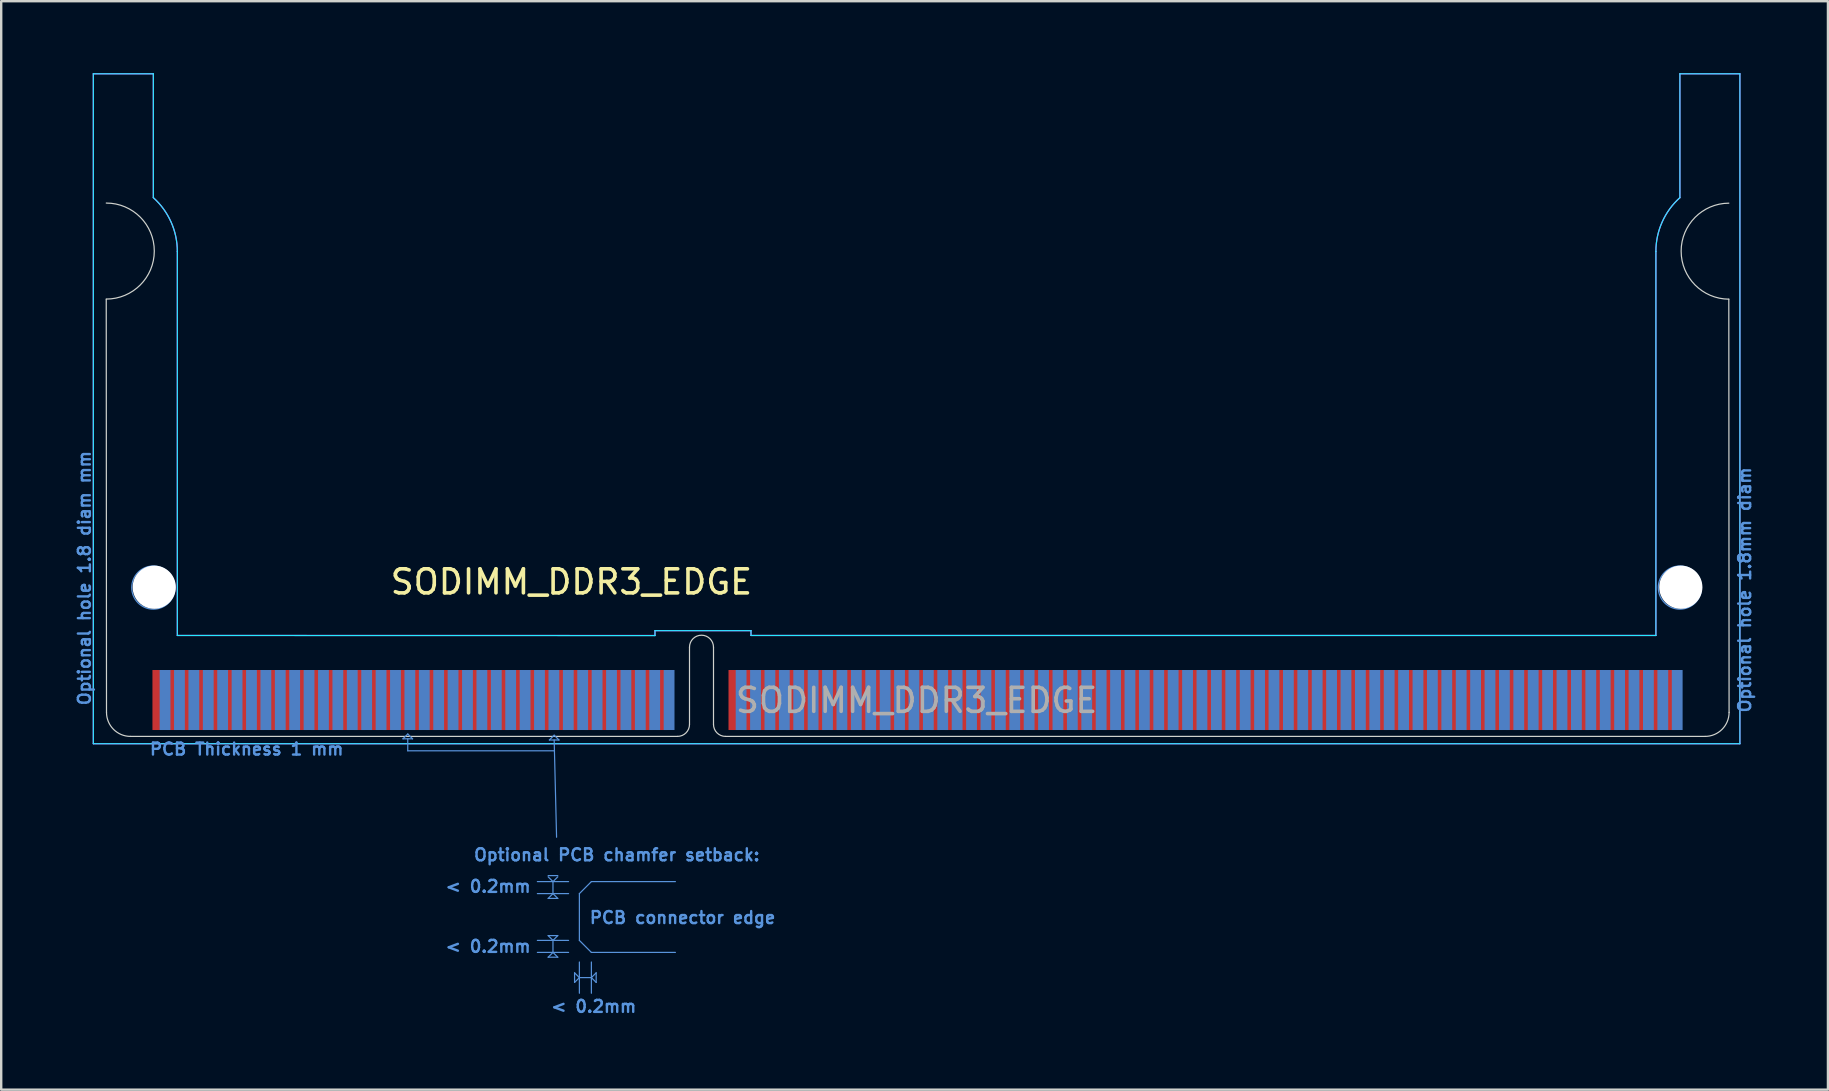
<source format=kicad_pcb>
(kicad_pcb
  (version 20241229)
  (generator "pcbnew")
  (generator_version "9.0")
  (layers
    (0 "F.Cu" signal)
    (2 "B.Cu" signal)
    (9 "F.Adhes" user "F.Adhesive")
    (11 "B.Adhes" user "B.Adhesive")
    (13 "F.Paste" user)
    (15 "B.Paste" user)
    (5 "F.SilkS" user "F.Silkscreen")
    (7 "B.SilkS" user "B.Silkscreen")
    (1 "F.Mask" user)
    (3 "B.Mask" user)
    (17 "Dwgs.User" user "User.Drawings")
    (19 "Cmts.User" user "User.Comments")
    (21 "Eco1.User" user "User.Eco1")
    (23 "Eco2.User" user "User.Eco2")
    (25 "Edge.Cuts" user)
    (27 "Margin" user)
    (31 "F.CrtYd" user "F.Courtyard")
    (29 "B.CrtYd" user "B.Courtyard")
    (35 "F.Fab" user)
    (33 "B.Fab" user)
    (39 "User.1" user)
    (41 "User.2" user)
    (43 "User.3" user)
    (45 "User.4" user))
  (footprint "SODIMM_DDR3_EDGE"
    (layer "F.Cu")
    (at 3.488 27.43)
    (property "Reference" "SODIMM_DDR3_EDGE" (at 17.268 -6.236 0) (layer "F.SilkS") (effects (font (size 1 1) (thickness 0.15))))
    (attr through_hole)
    (fp_line (start 10.25 0.3) (end 10.45 0.1) (stroke (width 0.05) (type default)) (layer "Cmts.User"))
    (fp_line (start 10.45 0.1) (end 10.65 0.3) (stroke (width 0.05) (type default)) (layer "Cmts.User"))
    (fp_line (start 10.45 0.3) (end 10.45 0.8) (stroke (width 0.05) (type default)) (layer "Cmts.User"))
    (fp_line (start 10.45 0.8) (end 16.55 0.8) (stroke (width 0.05) (type default)) (layer "Cmts.User"))
    (fp_line (start 10.65 0.3) (end 10.25 0.3) (stroke (width 0.05) (type default)) (layer "Cmts.User"))
    (fp_line (start 15.85 6.25) (end 17.15 6.25) (stroke (width 0.05) (type default)) (layer "Cmts.User"))
    (fp_line (start 15.85 6.75) (end 17.15 6.75) (stroke (width 0.05) (type default)) (layer "Cmts.User"))
    (fp_line (start 15.85 8.7) (end 17.15 8.7) (stroke (width 0.05) (type default)) (layer "Cmts.User"))
    (fp_line (start 15.85 9.2) (end 17.15 9.2) (stroke (width 0.05) (type default)) (layer "Cmts.User"))
    (fp_line (start 16.3 6) (end 16.7 6) (stroke (width 0.05) (type default)) (layer "Cmts.User"))
    (fp_line (start 16.3 6.95) (end 16.5 6.75) (stroke (width 0.05) (type default)) (layer "Cmts.User"))
    (fp_line (start 16.3 8.5) (end 16.7 8.5) (stroke (width 0.05) (type default)) (layer "Cmts.User"))
    (fp_line (start 16.3 9.4) (end 16.5 9.2) (stroke (width 0.05) (type default)) (layer "Cmts.User"))
    (fp_line (start 16.35 0.35) (end 16.55 0.15) (stroke (width 0.05) (type default)) (layer "Cmts.User"))
    (fp_line (start 16.5 6.25) (end 16.3 6.05) (stroke (width 0.05) (type default)) (layer "Cmts.User"))
    (fp_line (start 16.5 6.75) (end 16.5 6.25) (stroke (width 0.05) (type default)) (layer "Cmts.User"))
    (fp_line (start 16.5 6.75) (end 16.7 6.95) (stroke (width 0.05) (type default)) (layer "Cmts.User"))
    (fp_line (start 16.5 8.7) (end 16.3 8.5) (stroke (width 0.05) (type default)) (layer "Cmts.User"))
    (fp_line (start 16.5 9.2) (end 16.5 8.7) (stroke (width 0.05) (type default)) (layer "Cmts.User"))
    (fp_line (start 16.5 9.2) (end 16.7 9.4) (stroke (width 0.05) (type default)) (layer "Cmts.User"))
    (fp_line (start 16.55 0.15) (end 16.75 0.35) (stroke (width 0.05) (type default)) (layer "Cmts.User"))
    (fp_line (start 16.55 0.35) (end 16.65 4.4) (stroke (width 0.05) (type default)) (layer "Cmts.User"))
    (fp_line (start 16.7 6.05) (end 16.5 6.25) (stroke (width 0.05) (type default)) (layer "Cmts.User"))
    (fp_line (start 16.7 6.95) (end 16.3 6.95) (stroke (width 0.05) (type default)) (layer "Cmts.User"))
    (fp_line (start 16.7 8.5) (end 16.5 8.7) (stroke (width 0.05) (type default)) (layer "Cmts.User"))
    (fp_line (start 16.7 9.4) (end 16.3 9.4) (stroke (width 0.05) (type default)) (layer "Cmts.User"))
    (fp_line (start 16.75 0.35) (end 16.35 0.35) (stroke (width 0.05) (type default)) (layer "Cmts.User"))
    (fp_line (start 17.4 10.05) (end 17.6 10.25) (stroke (width 0.05) (type default)) (layer "Cmts.User"))
    (fp_line (start 17.4 10.45) (end 17.4 10.05) (stroke (width 0.05) (type default)) (layer "Cmts.User"))
    (fp_line (start 17.6 6.75) (end 17.6 8.7) (stroke (width 0.05) (type default)) (layer "Cmts.User"))
    (fp_line (start 17.6 9.6) (end 17.6 10.9) (stroke (width 0.05) (type default)) (layer "Cmts.User"))
    (fp_line (start 17.6 10.25) (end 17.4 10.45) (stroke (width 0.05) (type default)) (layer "Cmts.User"))
    (fp_line (start 17.6 10.25) (end 18.1 10.25) (stroke (width 0.05) (type default)) (layer "Cmts.User"))
    (fp_line (start 18.1 6.25) (end 17.6 6.75) (stroke (width 0.05) (type default)) (layer "Cmts.User"))
    (fp_line (start 18.1 6.25) (end 21.6 6.25) (stroke (width 0.05) (type default)) (layer "Cmts.User"))
    (fp_line (start 18.1 9.2) (end 17.6 8.7) (stroke (width 0.05) (type default)) (layer "Cmts.User"))
    (fp_line (start 18.1 9.2) (end 21.6 9.2) (stroke (width 0.05) (type default)) (layer "Cmts.User"))
    (fp_line (start 18.1 9.6) (end 18.1 10.9) (stroke (width 0.05) (type default)) (layer "Cmts.User"))
    (fp_line (start 18.1 10.25) (end 18.3 10.05) (stroke (width 0.05) (type default)) (layer "Cmts.User"))
    (fp_line (start 18.3 10.05) (end 18.3 10.45) (stroke (width 0.05) (type default)) (layer "Cmts.User"))
    (fp_line (start 18.3 10.45) (end 18.1 10.25) (stroke (width 0.05) (type default)) (layer "Cmts.User"))
    (fp_circle (center -0.15 -6) (end 0.75 -6) (stroke (width 0.05) (type default)) (fill no) (layer "Cmts.User"))
    (fp_circle (center 63.45 -6) (end 64.35 -6) (stroke (width 0.05) (type default)) (fill no) (layer "Cmts.User"))
    (fp_line (start -2.112 -18.016) (end -2.101 -0.799) (stroke (width 0.05) (type solid)) (layer "Edge.Cuts"))
    (fp_line (start -1.101 0.2) (end 21.688 0.2) (stroke (width 0.05) (type solid)) (layer "Edge.Cuts"))
    (fp_line (start 22.188 -3.516) (end 22.188 -0.3) (stroke (width 0.05) (type solid)) (layer "Edge.Cuts"))
    (fp_line (start 23.188 -3.516) (end 23.188 -0.3) (stroke (width 0.05) (type solid)) (layer "Edge.Cuts"))
    (fp_line (start 23.688 0.2) (end 64.499 0.2) (stroke (width 0.05) (type solid)) (layer "Edge.Cuts"))
    (fp_line (start 65.488 -18.016) (end 65.499 -0.801) (stroke (width 0.05) (type solid)) (layer "Edge.Cuts"))
    (fp_arc (start -2.11 -22.02) (mid -0.11 -20.02) (end -2.11 -18.02) (stroke (width 0.05) (type solid)) (layer "Edge.Cuts"))
    (fp_arc (start -1.100672 0.2) (mid -1.807541 -0.092656) (end -2.100671 -0.799328) (stroke (width 0.05) (type default)) (layer "Edge.Cuts"))
    (fp_arc (start 22.18776 -3.515855) (mid 22.68776 -4.015855) (end 23.18776 -3.515855) (stroke (width 0.05) (type solid)) (layer "Edge.Cuts"))
    (fp_arc (start 22.18776 -0.3) (mid 22.041311 0.053539) (end 21.68776 0.2) (stroke (width 0.05) (type default)) (layer "Edge.Cuts"))
    (fp_arc (start 23.68776 0.2) (mid 23.334232 0.053539) (end 23.18776 -0.3) (stroke (width 0.05) (type default)) (layer "Edge.Cuts"))
    (fp_arc (start 65.48776 -18.015855) (mid 63.487765 -20.01585) (end 65.48776 -22.015845) (stroke (width 0.05) (type solid)) (layer "Edge.Cuts"))
    (fp_arc (start 65.499328 -0.800672) (mid 65.206674 -0.093121) (end 64.499328 0.2) (stroke (width 0.05) (type default)) (layer "Edge.Cuts"))
    (fp_line (start -2.65 -27.405) (end -2.65 0.505) (stroke (width 0.05) (type default)) (layer "B.CrtYd"))
    (fp_line (start -2.65 -27.405) (end -0.15 -27.405) (stroke (width 0.05) (type default)) (layer "B.CrtYd"))
    (fp_line (start -0.15 -22.245) (end -0.15 -27.405) (stroke (width 0.05) (type default)) (layer "B.CrtYd"))
    (fp_line (start 0.85 -20.005) (end 0.85 -4.005) (stroke (width 0.05) (type default)) (layer "B.CrtYd"))
    (fp_line (start 0.85 -4.005) (end 20.75 -4) (stroke (width 0.05) (type default)) (layer "B.CrtYd"))
    (fp_line (start 20.75 -4.205) (end 24.75 -4.205) (stroke (width 0.05) (type default)) (layer "B.CrtYd"))
    (fp_line (start 20.75 -4) (end 20.75 -4.2) (stroke (width 0.05) (type default)) (layer "B.CrtYd"))
    (fp_line (start 24.75 -4.205) (end 24.75 -4.005) (stroke (width 0.05) (type default)) (layer "B.CrtYd"))
    (fp_line (start 24.75 -4.005) (end 62.45 -4.005) (stroke (width 0.05) (type default)) (layer "B.CrtYd"))
    (fp_line (start 62.45 -20.005) (end 62.45 -4.005) (stroke (width 0.05) (type default)) (layer "B.CrtYd"))
    (fp_line (start 63.45 -22.245) (end 63.45 -27.405) (stroke (width 0.05) (type default)) (layer "B.CrtYd"))
    (fp_line (start 65.95 -27.405) (end 63.45 -27.405) (stroke (width 0.05) (type default)) (layer "B.CrtYd"))
    (fp_line (start 65.95 -27.405) (end 65.95 0.505) (stroke (width 0.05) (type default)) (layer "B.CrtYd"))
    (fp_line (start 65.95 0.505) (end -2.65 0.505) (stroke (width 0.05) (type default)) (layer "B.CrtYd"))
    (fp_arc (start -0.15 -22.245) (mid 0.588474 -21.231462) (end 0.85 -20.005) (stroke (width 0.05) (type default)) (layer "B.CrtYd"))
    (fp_arc (start 62.45 -20.005) (mid 62.711527 -21.231461) (end 63.45 -22.245) (stroke (width 0.05) (type default)) (layer "B.CrtYd"))
    (fp_line (start -2.65 -27.405) (end -2.65 0.505) (stroke (width 0.05) (type default)) (layer "F.CrtYd"))
    (fp_line (start -2.65 -27.405) (end -0.15 -27.405) (stroke (width 0.05) (type default)) (layer "F.CrtYd"))
    (fp_line (start -0.15 -22.245) (end -0.15 -27.405) (stroke (width 0.05) (type default)) (layer "F.CrtYd"))
    (fp_line (start 0.85 -4.005) (end 0.85 -20.005) (stroke (width 0.05) (type default)) (layer "F.CrtYd"))
    (fp_line (start 0.85 -4.005) (end 20.75 -4.005) (stroke (width 0.05) (type default)) (layer "F.CrtYd"))
    (fp_line (start 20.75 -4.205) (end 24.75 -4.205) (stroke (width 0.05) (type default)) (layer "F.CrtYd"))
    (fp_line (start 20.75 -4.005) (end 20.75 -4.205) (stroke (width 0.05) (type default)) (layer "F.CrtYd"))
    (fp_line (start 24.75 -4.205) (end 24.75 -4.005) (stroke (width 0.05) (type default)) (layer "F.CrtYd"))
    (fp_line (start 24.75 -4.005) (end 62.45 -4.005) (stroke (width 0.05) (type default)) (layer "F.CrtYd"))
    (fp_line (start 62.45 -4.005) (end 62.45 -20.005) (stroke (width 0.05) (type default)) (layer "F.CrtYd"))
    (fp_line (start 63.45 -22.245) (end 63.45 -27.405) (stroke (width 0.05) (type default)) (layer "F.CrtYd"))
    (fp_line (start 65.95 -27.405) (end 63.45 -27.405) (stroke (width 0.05) (type default)) (layer "F.CrtYd"))
    (fp_line (start 65.95 -27.405) (end 65.95 0.505) (stroke (width 0.05) (type default)) (layer "F.CrtYd"))
    (fp_line (start 65.95 0.505) (end -2.65 0.505) (stroke (width 0.05) (type default)) (layer "F.CrtYd"))
    (fp_arc (start -0.15 -22.245) (mid 0.588474 -21.231462) (end 0.85 -20.005) (stroke (width 0.05) (type default)) (layer "F.CrtYd"))
    (fp_arc (start 62.45 -20.005) (mid 62.711527 -21.231461) (end 63.45 -22.245) (stroke (width 0.05) (type default)) (layer "F.CrtYd"))
    (fp_text user "Optional hole 1.8mm diam" (at 66.15 -5.905 90) (unlocked yes) (layer "Cmts.User") (effects (font (size 0.5 0.5) (thickness 0.1))))
    (fp_text user "< 0.2mm" (at 18.2 11.45 180) (layer "Cmts.User") (effects (font (size 0.5 0.5) (thickness 0.1))))
    (fp_text user "PCB connector edge" (at 21.9 7.75 180) (layer "Cmts.User") (effects (font (size 0.5 0.5) (thickness 0.1))))
    (fp_text user "Optional hole 1.8 diam mm" (at -3.02 -6.395 90) (unlocked yes) (layer "Cmts.User") (effects (font (size 0.5 0.5) (thickness 0.1))))
    (fp_text user "< 0.2mm" (at 13.8 6.45 180) (layer "Cmts.User") (effects (font (size 0.5 0.5) (thickness 0.1))))
    (fp_text user "Optional PCB chamfer setback:" (at 19.16 5.135 180) (layer "Cmts.User") (effects (font (size 0.5 0.5) (thickness 0.1))))
    (fp_text user "PCB Thickness 1 mm" (at 3.74 0.73 180) (layer "Cmts.User") (effects (font (size 0.5 0.5) (thickness 0.1))))
    (fp_text user "< 0.2mm" (at 13.8 8.95 180) (layer "Cmts.User") (effects (font (size 0.5 0.5) (thickness 0.1))))
    (fp_text user "${REFERENCE}" (at 31.65 -1.3 0) (layer "F.Fab") (effects (font (size 1 1) (thickness 0.15))))
    (pad "" np_thru_hole circle (at -0.112 -6.016) (size 1.8 1.8) (drill 1.8) (layers "*.Cu" "*.Mask"))
    (pad "" np_thru_hole circle (at 63.488 -6.016) (size 1.8 1.8) (drill 1.8) (layers "*.Cu" "*.Mask"))
    (pad "1" smd rect (at 0.038 -1.316) (size 0.45 2.5) (layers "F.Cu" "F.Mask"))
    (pad "2" smd rect (at 0.338 -1.316) (size 0.45 2.5) (layers "B.Cu" "B.Mask"))
    (pad "3" smd rect (at 0.638 -1.316) (size 0.45 2.5) (layers "F.Cu" "F.Mask"))
    (pad "4" smd rect (at 0.938 -1.316) (size 0.45 2.5) (layers "B.Cu" "B.Mask"))
    (pad "5" smd rect (at 1.238 -1.316) (size 0.45 2.5) (layers "F.Cu" "F.Mask"))
    (pad "6" smd rect (at 1.538 -1.316) (size 0.45 2.5) (layers "B.Cu" "B.Mask"))
    (pad "7" smd rect (at 1.838 -1.316) (size 0.45 2.5) (layers "F.Cu" "F.Mask"))
    (pad "8" smd rect (at 2.138 -1.316) (size 0.45 2.5) (layers "B.Cu" "B.Mask"))
    (pad "9" smd rect (at 2.438 -1.316) (size 0.45 2.5) (layers "F.Cu" "F.Mask"))
    (pad "10" smd rect (at 2.738 -1.316) (size 0.45 2.5) (layers "B.Cu" "B.Mask"))
    (pad "11" smd rect (at 3.038 -1.316) (size 0.45 2.5) (layers "F.Cu" "F.Mask"))
    (pad "12" smd rect (at 3.338 -1.316) (size 0.45 2.5) (layers "B.Cu" "B.Mask"))
    (pad "13" smd rect (at 3.638 -1.316) (size 0.45 2.5) (layers "F.Cu" "F.Mask"))
    (pad "14" smd rect (at 3.938 -1.316) (size 0.45 2.5) (layers "B.Cu" "B.Mask"))
    (pad "15" smd rect (at 4.238 -1.316) (size 0.45 2.5) (layers "F.Cu" "F.Mask"))
    (pad "16" smd rect (at 4.538 -1.316) (size 0.45 2.5) (layers "B.Cu" "B.Mask"))
    (pad "17" smd rect (at 4.838 -1.316) (size 0.45 2.5) (layers "F.Cu" "F.Mask"))
    (pad "18" smd rect (at 5.138 -1.316) (size 0.45 2.5) (layers "B.Cu" "B.Mask"))
    (pad "19" smd rect (at 5.438 -1.316) (size 0.45 2.5) (layers "F.Cu" "F.Mask"))
    (pad "20" smd rect (at 5.738 -1.316) (size 0.45 2.5) (layers "B.Cu" "B.Mask"))
    (pad "21" smd rect (at 6.038 -1.316) (size 0.45 2.5) (layers "F.Cu" "F.Mask"))
    (pad "22" smd rect (at 6.338 -1.316) (size 0.45 2.5) (layers "B.Cu" "B.Mask"))
    (pad "23" smd rect (at 6.638 -1.316) (size 0.45 2.5) (layers "F.Cu" "F.Mask"))
    (pad "24" smd rect (at 6.938 -1.316) (size 0.45 2.5) (layers "B.Cu" "B.Mask"))
    (pad "25" smd rect (at 7.238 -1.316) (size 0.45 2.5) (layers "F.Cu" "F.Mask"))
    (pad "26" smd rect (at 7.538 -1.316) (size 0.45 2.5) (layers "B.Cu" "B.Mask"))
    (pad "27" smd rect (at 7.838 -1.316) (size 0.45 2.5) (layers "F.Cu" "F.Mask"))
    (pad "28" smd rect (at 8.138 -1.316) (size 0.45 2.5) (layers "B.Cu" "B.Mask"))
    (pad "29" smd rect (at 8.438 -1.316) (size 0.45 2.5) (layers "F.Cu" "F.Mask"))
    (pad "30" smd rect (at 8.738 -1.316) (size 0.45 2.5) (layers "B.Cu" "B.Mask"))
    (pad "31" smd rect (at 9.038 -1.316) (size 0.45 2.5) (layers "F.Cu" "F.Mask"))
    (pad "32" smd rect (at 9.338 -1.316) (size 0.45 2.5) (layers "B.Cu" "B.Mask"))
    (pad "33" smd rect (at 9.638 -1.316) (size 0.45 2.5) (layers "F.Cu" "F.Mask"))
    (pad "34" smd rect (at 9.938 -1.316) (size 0.45 2.5) (layers "B.Cu" "B.Mask"))
    (pad "35" smd rect (at 10.238 -1.316) (size 0.45 2.5) (layers "F.Cu" "F.Mask"))
    (pad "36" smd rect (at 10.538 -1.316) (size 0.45 2.5) (layers "B.Cu" "B.Mask"))
    (pad "37" smd rect (at 10.838 -1.316) (size 0.45 2.5) (layers "F.Cu" "F.Mask"))
    (pad "38" smd rect (at 11.138 -1.316) (size 0.45 2.5) (layers "B.Cu" "B.Mask"))
    (pad "39" smd rect (at 11.438 -1.316) (size 0.45 2.5) (layers "F.Cu" "F.Mask"))
    (pad "40" smd rect (at 11.738 -1.316) (size 0.45 2.5) (layers "B.Cu" "B.Mask"))
    (pad "41" smd rect (at 12.038 -1.316) (size 0.45 2.5) (layers "F.Cu" "F.Mask"))
    (pad "42" smd rect (at 12.338 -1.316) (size 0.45 2.5) (layers "B.Cu" "B.Mask"))
    (pad "43" smd rect (at 12.638 -1.316) (size 0.45 2.5) (layers "F.Cu" "F.Mask"))
    (pad "44" smd rect (at 12.938 -1.316) (size 0.45 2.5) (layers "B.Cu" "B.Mask"))
    (pad "45" smd rect (at 13.238 -1.316) (size 0.45 2.5) (layers "F.Cu" "F.Mask"))
    (pad "46" smd rect (at 13.538 -1.316) (size 0.45 2.5) (layers "B.Cu" "B.Mask"))
    (pad "47" smd rect (at 13.838 -1.316) (size 0.45 2.5) (layers "F.Cu" "F.Mask"))
    (pad "48" smd rect (at 14.138 -1.316) (size 0.45 2.5) (layers "B.Cu" "B.Mask"))
    (pad "49" smd rect (at 14.438 -1.316) (size 0.45 2.5) (layers "F.Cu" "F.Mask"))
    (pad "50" smd rect (at 14.738 -1.316) (size 0.45 2.5) (layers "B.Cu" "B.Mask"))
    (pad "51" smd rect (at 15.038 -1.316) (size 0.45 2.5) (layers "F.Cu" "F.Mask"))
    (pad "52" smd rect (at 15.338 -1.316) (size 0.45 2.5) (layers "B.Cu" "B.Mask"))
    (pad "53" smd rect (at 15.638 -1.316) (size 0.45 2.5) (layers "F.Cu" "F.Mask"))
    (pad "54" smd rect (at 15.938 -1.316) (size 0.45 2.5) (layers "B.Cu" "B.Mask"))
    (pad "55" smd rect (at 16.238 -1.316) (size 0.45 2.5) (layers "F.Cu" "F.Mask"))
    (pad "56" smd rect (at 16.538 -1.316) (size 0.45 2.5) (layers "B.Cu" "B.Mask"))
    (pad "57" smd rect (at 16.838 -1.316) (size 0.45 2.5) (layers "F.Cu" "F.Mask"))
    (pad "58" smd rect (at 17.138 -1.316) (size 0.45 2.5) (layers "B.Cu" "B.Mask"))
    (pad "59" smd rect (at 17.438 -1.316) (size 0.45 2.5) (layers "F.Cu" "F.Mask"))
    (pad "60" smd rect (at 17.738 -1.316) (size 0.45 2.5) (layers "B.Cu" "B.Mask"))
    (pad "61" smd rect (at 18.038 -1.316) (size 0.45 2.5) (layers "F.Cu" "F.Mask"))
    (pad "62" smd rect (at 18.338 -1.316) (size 0.45 2.5) (layers "B.Cu" "B.Mask"))
    (pad "63" smd rect (at 18.638 -1.316) (size 0.45 2.5) (layers "F.Cu" "F.Mask"))
    (pad "64" smd rect (at 18.938 -1.316) (size 0.45 2.5) (layers "B.Cu" "B.Mask"))
    (pad "65" smd rect (at 19.238 -1.316) (size 0.45 2.5) (layers "F.Cu" "F.Mask"))
    (pad "66" smd rect (at 19.538 -1.316) (size 0.45 2.5) (layers "B.Cu" "B.Mask"))
    (pad "67" smd rect (at 19.838 -1.316) (size 0.45 2.5) (layers "F.Cu" "F.Mask"))
    (pad "68" smd rect (at 20.138 -1.316) (size 0.45 2.5) (layers "B.Cu" "B.Mask"))
    (pad "69" smd rect (at 20.438 -1.316) (size 0.45 2.5) (layers "F.Cu" "F.Mask"))
    (pad "70" smd rect (at 20.738 -1.316) (size 0.45 2.5) (layers "B.Cu" "B.Mask"))
    (pad "71" smd rect (at 21.038 -1.316) (size 0.45 2.5) (layers "F.Cu" "F.Mask"))
    (pad "72" smd rect (at 21.338 -1.316) (size 0.45 2.5) (layers "B.Cu" "B.Mask"))
    (pad "73" smd rect (at 24.038 -1.316) (size 0.45 2.5) (layers "F.Cu" "F.Mask"))
    (pad "74" smd rect (at 24.338 -1.316) (size 0.45 2.5) (layers "B.Cu" "B.Mask"))
    (pad "75" smd rect (at 24.638 -1.316) (size 0.45 2.5) (layers "F.Cu" "F.Mask"))
    (pad "76" smd rect (at 24.938 -1.316) (size 0.45 2.5) (layers "B.Cu" "B.Mask"))
    (pad "77" smd rect (at 25.238 -1.316) (size 0.45 2.5) (layers "F.Cu" "F.Mask"))
    (pad "78" smd rect (at 25.538 -1.316) (size 0.45 2.5) (layers "B.Cu" "B.Mask"))
    (pad "79" smd rect (at 25.838 -1.316) (size 0.45 2.5) (layers "F.Cu" "F.Mask"))
    (pad "80" smd rect (at 26.138 -1.316) (size 0.45 2.5) (layers "B.Cu" "B.Mask"))
    (pad "81" smd rect (at 26.438 -1.316) (size 0.45 2.5) (layers "F.Cu" "F.Mask"))
    (pad "82" smd rect (at 26.738 -1.316) (size 0.45 2.5) (layers "B.Cu" "B.Mask"))
    (pad "83" smd rect (at 27.038 -1.316) (size 0.45 2.5) (layers "F.Cu" "F.Mask"))
    (pad "84" smd rect (at 27.338 -1.316) (size 0.45 2.5) (layers "B.Cu" "B.Mask"))
    (pad "85" smd rect (at 27.638 -1.316) (size 0.45 2.5) (layers "F.Cu" "F.Mask"))
    (pad "86" smd rect (at 27.938 -1.316) (size 0.45 2.5) (layers "B.Cu" "B.Mask"))
    (pad "87" smd rect (at 28.238 -1.316) (size 0.45 2.5) (layers "F.Cu" "F.Mask"))
    (pad "88" smd rect (at 28.538 -1.316) (size 0.45 2.5) (layers "B.Cu" "B.Mask"))
    (pad "89" smd rect (at 28.838 -1.316) (size 0.45 2.5) (layers "F.Cu" "F.Mask"))
    (pad "90" smd rect (at 29.138 -1.316) (size 0.45 2.5) (layers "B.Cu" "B.Mask"))
    (pad "91" smd rect (at 29.438 -1.316) (size 0.45 2.5) (layers "F.Cu" "F.Mask"))
    (pad "92" smd rect (at 29.738 -1.316) (size 0.45 2.5) (layers "B.Cu" "B.Mask"))
    (pad "93" smd rect (at 30.038 -1.316) (size 0.45 2.5) (layers "F.Cu" "F.Mask"))
    (pad "94" smd rect (at 30.338 -1.316) (size 0.45 2.5) (layers "B.Cu" "B.Mask"))
    (pad "95" smd rect (at 30.638 -1.316) (size 0.45 2.5) (layers "F.Cu" "F.Mask"))
    (pad "96" smd rect (at 30.938 -1.316) (size 0.45 2.5) (layers "B.Cu" "B.Mask"))
    (pad "97" smd rect (at 31.238 -1.316) (size 0.45 2.5) (layers "F.Cu" "F.Mask"))
    (pad "98" smd rect (at 31.538 -1.316) (size 0.45 2.5) (layers "B.Cu" "B.Mask"))
    (pad "99" smd rect (at 31.838 -1.316) (size 0.45 2.5) (layers "F.Cu" "F.Mask"))
    (pad "100" smd rect (at 32.138 -1.316) (size 0.45 2.5) (layers "B.Cu" "B.Mask"))
    (pad "101" smd rect (at 32.438 -1.316) (size 0.45 2.5) (layers "F.Cu" "F.Mask"))
    (pad "102" smd rect (at 32.738 -1.316) (size 0.45 2.5) (layers "B.Cu" "B.Mask"))
    (pad "103" smd rect (at 33.038 -1.316) (size 0.45 2.5) (layers "F.Cu" "F.Mask"))
    (pad "104" smd rect (at 33.338 -1.316) (size 0.45 2.5) (layers "B.Cu" "B.Mask"))
    (pad "105" smd rect (at 33.638 -1.316) (size 0.45 2.5) (layers "F.Cu" "F.Mask"))
    (pad "106" smd rect (at 33.938 -1.316) (size 0.45 2.5) (layers "B.Cu" "B.Mask"))
    (pad "107" smd rect (at 34.238 -1.316) (size 0.45 2.5) (layers "F.Cu" "F.Mask"))
    (pad "108" smd rect (at 34.538 -1.316) (size 0.45 2.5) (layers "B.Cu" "B.Mask"))
    (pad "109" smd rect (at 34.838 -1.316) (size 0.45 2.5) (layers "F.Cu" "F.Mask"))
    (pad "110" smd rect (at 35.138 -1.316) (size 0.45 2.5) (layers "B.Cu" "B.Mask"))
    (pad "111" smd rect (at 35.438 -1.316) (size 0.45 2.5) (layers "F.Cu" "F.Mask"))
    (pad "112" smd rect (at 35.738 -1.316) (size 0.45 2.5) (layers "B.Cu" "B.Mask"))
    (pad "113" smd rect (at 36.038 -1.316) (size 0.45 2.5) (layers "F.Cu" "F.Mask"))
    (pad "114" smd rect (at 36.338 -1.316) (size 0.45 2.5) (layers "B.Cu" "B.Mask"))
    (pad "115" smd rect (at 36.638 -1.316) (size 0.45 2.5) (layers "F.Cu" "F.Mask"))
    (pad "116" smd rect (at 36.938 -1.316) (size 0.45 2.5) (layers "B.Cu" "B.Mask"))
    (pad "117" smd rect (at 37.238 -1.316) (size 0.45 2.5) (layers "F.Cu" "F.Mask"))
    (pad "118" smd rect (at 37.538 -1.316) (size 0.45 2.5) (layers "B.Cu" "B.Mask"))
    (pad "119" smd rect (at 37.838 -1.316) (size 0.45 2.5) (layers "F.Cu" "F.Mask"))
    (pad "120" smd rect (at 38.138 -1.316) (size 0.45 2.5) (layers "B.Cu" "B.Mask"))
    (pad "121" smd rect (at 38.438 -1.316) (size 0.45 2.5) (layers "F.Cu" "F.Mask"))
    (pad "122" smd rect (at 38.738 -1.316) (size 0.45 2.5) (layers "B.Cu" "B.Mask"))
    (pad "123" smd rect (at 39.038 -1.316) (size 0.45 2.5) (layers "F.Cu" "F.Mask"))
    (pad "124" smd rect (at 39.338 -1.316) (size 0.45 2.5) (layers "B.Cu" "B.Mask"))
    (pad "125" smd rect (at 39.638 -1.316) (size 0.45 2.5) (layers "F.Cu" "F.Mask"))
    (pad "126" smd rect (at 39.938 -1.316) (size 0.45 2.5) (layers "B.Cu" "B.Mask"))
    (pad "127" smd rect (at 40.238 -1.316) (size 0.45 2.5) (layers "F.Cu" "F.Mask"))
    (pad "128" smd rect (at 40.538 -1.316) (size 0.45 2.5) (layers "B.Cu" "B.Mask"))
    (pad "129" smd rect (at 40.838 -1.316) (size 0.45 2.5) (layers "F.Cu" "F.Mask"))
    (pad "130" smd rect (at 41.138 -1.316) (size 0.45 2.5) (layers "B.Cu" "B.Mask"))
    (pad "131" smd rect (at 41.438 -1.316) (size 0.45 2.5) (layers "F.Cu" "F.Mask"))
    (pad "132" smd rect (at 41.738 -1.316) (size 0.45 2.5) (layers "B.Cu" "B.Mask"))
    (pad "133" smd rect (at 42.038 -1.316) (size 0.45 2.5) (layers "F.Cu" "F.Mask"))
    (pad "134" smd rect (at 42.338 -1.316) (size 0.45 2.5) (layers "B.Cu" "B.Mask"))
    (pad "135" smd rect (at 42.638 -1.316) (size 0.45 2.5) (layers "F.Cu" "F.Mask"))
    (pad "136" smd rect (at 42.938 -1.316) (size 0.45 2.5) (layers "B.Cu" "B.Mask"))
    (pad "137" smd rect (at 43.238 -1.316) (size 0.45 2.5) (layers "F.Cu" "F.Mask"))
    (pad "138" smd rect (at 43.538 -1.316) (size 0.45 2.5) (layers "B.Cu" "B.Mask"))
    (pad "139" smd rect (at 43.838 -1.316) (size 0.45 2.5) (layers "F.Cu" "F.Mask"))
    (pad "140" smd rect (at 44.138 -1.316) (size 0.45 2.5) (layers "B.Cu" "B.Mask"))
    (pad "141" smd rect (at 44.438 -1.316) (size 0.45 2.5) (layers "F.Cu" "F.Mask"))
    (pad "142" smd rect (at 44.738 -1.316) (size 0.45 2.5) (layers "B.Cu" "B.Mask"))
    (pad "143" smd rect (at 45.038 -1.316) (size 0.45 2.5) (layers "F.Cu" "F.Mask"))
    (pad "144" smd rect (at 45.338 -1.316) (size 0.45 2.5) (layers "B.Cu" "B.Mask"))
    (pad "145" smd rect (at 45.638 -1.316) (size 0.45 2.5) (layers "F.Cu" "F.Mask"))
    (pad "146" smd rect (at 45.938 -1.316) (size 0.45 2.5) (layers "B.Cu" "B.Mask"))
    (pad "147" smd rect (at 46.238 -1.316) (size 0.45 2.5) (layers "F.Cu" "F.Mask"))
    (pad "148" smd rect (at 46.538 -1.316) (size 0.45 2.5) (layers "B.Cu" "B.Mask"))
    (pad "149" smd rect (at 46.838 -1.316) (size 0.45 2.5) (layers "F.Cu" "F.Mask"))
    (pad "150" smd rect (at 47.138 -1.316) (size 0.45 2.5) (layers "B.Cu" "B.Mask"))
    (pad "151" smd rect (at 47.438 -1.316) (size 0.45 2.5) (layers "F.Cu" "F.Mask"))
    (pad "152" smd rect (at 47.738 -1.316) (size 0.45 2.5) (layers "B.Cu" "B.Mask"))
    (pad "153" smd rect (at 48.038 -1.316) (size 0.45 2.5) (layers "F.Cu" "F.Mask"))
    (pad "154" smd rect (at 48.338 -1.316) (size 0.45 2.5) (layers "B.Cu" "B.Mask"))
    (pad "155" smd rect (at 48.638 -1.316) (size 0.45 2.5) (layers "F.Cu" "F.Mask"))
    (pad "156" smd rect (at 48.938 -1.316) (size 0.45 2.5) (layers "B.Cu" "B.Mask"))
    (pad "157" smd rect (at 49.238 -1.316) (size 0.45 2.5) (layers "F.Cu" "F.Mask"))
    (pad "158" smd rect (at 49.538 -1.316) (size 0.45 2.5) (layers "B.Cu" "B.Mask"))
    (pad "159" smd rect (at 49.838 -1.316) (size 0.45 2.5) (layers "F.Cu" "F.Mask"))
    (pad "160" smd rect (at 50.138 -1.316) (size 0.45 2.5) (layers "B.Cu" "B.Mask"))
    (pad "161" smd rect (at 50.438 -1.316) (size 0.45 2.5) (layers "F.Cu" "F.Mask"))
    (pad "162" smd rect (at 50.738 -1.316) (size 0.45 2.5) (layers "B.Cu" "B.Mask"))
    (pad "163" smd rect (at 51.038 -1.316) (size 0.45 2.5) (layers "F.Cu" "F.Mask"))
    (pad "164" smd rect (at 51.338 -1.316) (size 0.45 2.5) (layers "B.Cu" "B.Mask"))
    (pad "165" smd rect (at 51.638 -1.316) (size 0.45 2.5) (layers "F.Cu" "F.Mask"))
    (pad "166" smd rect (at 51.938 -1.316) (size 0.45 2.5) (layers "B.Cu" "B.Mask"))
    (pad "167" smd rect (at 52.238 -1.316) (size 0.45 2.5) (layers "F.Cu" "F.Mask"))
    (pad "168" smd rect (at 52.538 -1.316) (size 0.45 2.5) (layers "B.Cu" "B.Mask"))
    (pad "169" smd rect (at 52.838 -1.316) (size 0.45 2.5) (layers "F.Cu" "F.Mask"))
    (pad "170" smd rect (at 53.138 -1.316) (size 0.45 2.5) (layers "B.Cu" "B.Mask"))
    (pad "171" smd rect (at 53.438 -1.316) (size 0.45 2.5) (layers "F.Cu" "F.Mask"))
    (pad "172" smd rect (at 53.738 -1.316) (size 0.45 2.5) (layers "B.Cu" "B.Mask"))
    (pad "173" smd rect (at 54.038 -1.316) (size 0.45 2.5) (layers "F.Cu" "F.Mask"))
    (pad "174" smd rect (at 54.338 -1.316) (size 0.45 2.5) (layers "B.Cu" "B.Mask"))
    (pad "175" smd rect (at 54.638 -1.316) (size 0.45 2.5) (layers "F.Cu" "F.Mask"))
    (pad "176" smd rect (at 54.938 -1.316) (size 0.45 2.5) (layers "B.Cu" "B.Mask"))
    (pad "177" smd rect (at 55.238 -1.316) (size 0.45 2.5) (layers "F.Cu" "F.Mask"))
    (pad "178" smd rect (at 55.538 -1.316) (size 0.45 2.5) (layers "B.Cu" "B.Mask"))
    (pad "179" smd rect (at 55.838 -1.316) (size 0.45 2.5) (layers "F.Cu" "F.Mask"))
    (pad "180" smd rect (at 56.138 -1.316) (size 0.45 2.5) (layers "B.Cu" "B.Mask"))
    (pad "181" smd rect (at 56.438 -1.316) (size 0.45 2.5) (layers "F.Cu" "F.Mask"))
    (pad "182" smd rect (at 56.738 -1.316) (size 0.45 2.5) (layers "B.Cu" "B.Mask"))
    (pad "183" smd rect (at 57.038 -1.316) (size 0.45 2.5) (layers "F.Cu" "F.Mask"))
    (pad "184" smd rect (at 57.338 -1.316) (size 0.45 2.5) (layers "B.Cu" "B.Mask"))
    (pad "185" smd rect (at 57.638 -1.316) (size 0.45 2.5) (layers "F.Cu" "F.Mask"))
    (pad "186" smd rect (at 57.938 -1.316) (size 0.45 2.5) (layers "B.Cu" "B.Mask"))
    (pad "187" smd rect (at 58.238 -1.316) (size 0.45 2.5) (layers "F.Cu" "F.Mask"))
    (pad "188" smd rect (at 58.538 -1.316) (size 0.45 2.5) (layers "B.Cu" "B.Mask"))
    (pad "189" smd rect (at 58.838 -1.316) (size 0.45 2.5) (layers "F.Cu" "F.Mask"))
    (pad "190" smd rect (at 59.138 -1.316) (size 0.45 2.5) (layers "B.Cu" "B.Mask"))
    (pad "191" smd rect (at 59.438 -1.316) (size 0.45 2.5) (layers "F.Cu" "F.Mask"))
    (pad "192" smd rect (at 59.738 -1.316) (size 0.45 2.5) (layers "B.Cu" "B.Mask"))
    (pad "193" smd rect (at 60.038 -1.316) (size 0.45 2.5) (layers "F.Cu" "F.Mask"))
    (pad "194" smd rect (at 60.338 -1.316) (size 0.45 2.5) (layers "B.Cu" "B.Mask"))
    (pad "195" smd rect (at 60.638 -1.316) (size 0.45 2.5) (layers "F.Cu" "F.Mask"))
    (pad "196" smd rect (at 60.938 -1.316) (size 0.45 2.5) (layers "B.Cu" "B.Mask"))
    (pad "197" smd rect (at 61.238 -1.316) (size 0.45 2.5) (layers "F.Cu" "F.Mask"))
    (pad "198" smd rect (at 61.538 -1.316) (size 0.45 2.5) (layers "B.Cu" "B.Mask"))
    (pad "199" smd rect (at 61.838 -1.316) (size 0.45 2.5) (layers "F.Cu" "F.Mask"))
    (pad "200" smd rect (at 62.138 -1.316) (size 0.45 2.5) (layers "B.Cu" "B.Mask"))
    (pad "201" smd rect (at 62.438 -1.316) (size 0.45 2.5) (layers "F.Cu" "F.Mask"))
    (pad "202" smd rect (at 62.738 -1.316) (size 0.45 2.5) (layers "B.Cu" "B.Mask"))
    (pad "203" smd rect (at 63.038 -1.316) (size 0.45 2.5) (layers "F.Cu" "F.Mask"))
    (pad "204" smd rect (at 63.338 -1.316) (size 0.45 2.5) (layers "B.Cu" "B.Mask"))
    (zone (net_name "") (layer "In1.Cu") (hatch edge 0.5) (connect_pads) (min_thickness 0.25) (filled_areas_thickness no) (keepout (tracks not_allowed) (vias not_allowed) (pads not_allowed) (copperpour not_allowed) (footprints allowed)) (placement (enabled no)) (fill) (polygon (pts (xy 1.338 9.93) (xy 3.338 9.93) (xy 3.338 7.43) (xy 1.338 7.43))))
    (zone (net_name "") (layer "In1.Cu") (hatch edge 0.5) (connect_pads) (min_thickness 0.25) (filled_areas_thickness no) (keepout (tracks not_allowed) (vias not_allowed) (pads not_allowed) (copperpour not_allowed) (footprints allowed)) (placement (enabled no)) (fill) (polygon (pts (xy 1.338 27.43) (xy 1.338 26.43) (xy 68.938 26.43) (xy 68.938 27.43))))
    (zone (net_name "") (layer "In1.Cu") (hatch edge 0.5) (connect_pads) (min_thickness 0.25) (filled_areas_thickness no) (keepout (tracks not_allowed) (vias not_allowed) (pads not_allowed) (copperpour not_allowed) (footprints allowed)) (placement (enabled no)) (fill) (polygon (pts (xy 1.338 27.43) (xy 1.838 27.43) (xy 1.838 9.93) (xy 1.338 9.93))))
    (zone (net_name "") (layer "In1.Cu") (hatch edge 0.5) (connect_pads) (min_thickness 0.25) (filled_areas_thickness no) (keepout (tracks not_allowed) (vias not_allowed) (pads not_allowed) (copperpour not_allowed) (footprints allowed)) (placement (enabled no)) (fill) (polygon (pts (xy 1.488 9.93) (xy 3.488 9.93) (xy 3.488 7.43) (xy 1.488 7.43))))
    (zone (net_name "") (layer "In1.Cu") (hatch edge 0.5) (connect_pads) (min_thickness 0.25) (filled_areas_thickness no) (keepout (tracks not_allowed) (vias not_allowed) (pads not_allowed) (copperpour not_allowed) (footprints allowed)) (placement (enabled no)) (fill) (polygon (pts (xy 66.938 9.93) (xy 68.938 9.93) (xy 68.938 7.43) (xy 66.938 7.43))))
    (zone (net_name "") (layer "In1.Cu") (hatch edge 0.5) (connect_pads) (min_thickness 0.25) (filled_areas_thickness no) (keepout (tracks not_allowed) (vias not_allowed) (pads not_allowed) (copperpour not_allowed) (footprints allowed)) (placement (enabled no)) (fill) (polygon (pts (xy 68.438 27.43) (xy 68.938 27.43) (xy 68.938 9.93) (xy 68.438 9.93)))))
  (gr_rect
    (start -3 -3)
    (end 73.106 42.348)
    (stroke (width 0.1) (type default))
    (fill no)
    (layer "Edge.Cuts")))
</source>
